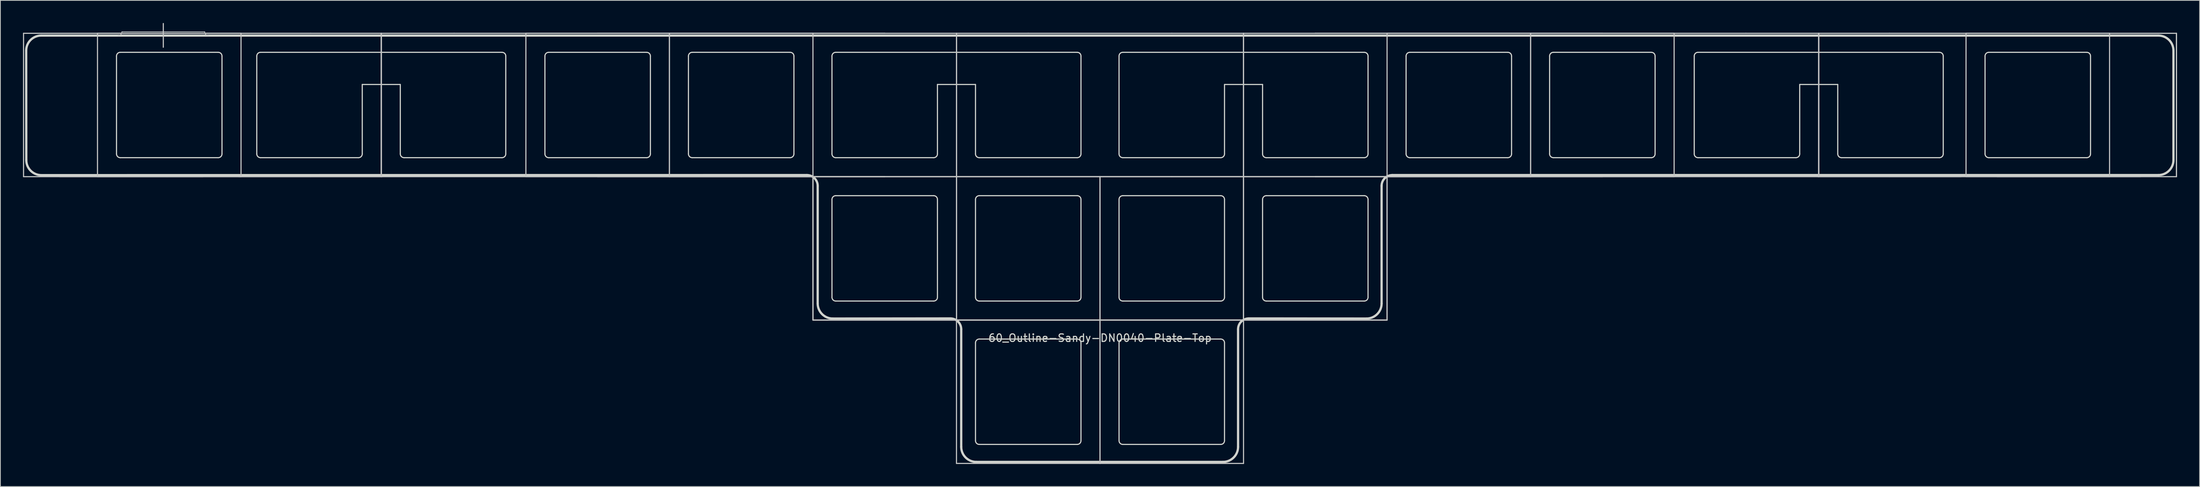
<source format=kicad_pcb>
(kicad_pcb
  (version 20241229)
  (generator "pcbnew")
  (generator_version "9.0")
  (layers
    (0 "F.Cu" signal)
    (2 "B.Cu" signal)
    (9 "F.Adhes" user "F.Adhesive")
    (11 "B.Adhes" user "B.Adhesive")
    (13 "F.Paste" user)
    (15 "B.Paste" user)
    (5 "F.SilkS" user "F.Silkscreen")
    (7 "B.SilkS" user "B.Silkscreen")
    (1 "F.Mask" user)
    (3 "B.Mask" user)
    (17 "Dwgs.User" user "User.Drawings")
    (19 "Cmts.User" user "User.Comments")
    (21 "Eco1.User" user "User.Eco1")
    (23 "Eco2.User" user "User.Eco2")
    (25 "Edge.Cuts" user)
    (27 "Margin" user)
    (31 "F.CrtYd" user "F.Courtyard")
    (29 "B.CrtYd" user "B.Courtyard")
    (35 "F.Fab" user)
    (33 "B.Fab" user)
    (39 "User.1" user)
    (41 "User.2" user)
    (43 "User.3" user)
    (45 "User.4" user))
  (footprint "60_Outline-Sandy-DN0040-Plate-Top"
    (layer "F.Cu")
    (at 142.95 20.425)
    (property "Reference" "60_Outline-Sandy-DN0040-Plate-Top" (at 0 21.431 0) (layer "Edge.Cuts") (effects (font (size 1 1) (thickness 0.15))))
    (attr through_hole)
    (fp_line (start -142.875 -19.05) (end -123.825 -19.05) (stroke (width 0.15) (type solid)) (layer "Dwgs.User"))
    (fp_line (start -142.875 0) (end -142.875 -19.05) (stroke (width 0.15) (type solid)) (layer "Dwgs.User"))
    (fp_line (start -138.113 0) (end -119.062 0) (stroke (width 0.15) (type solid)) (layer "Dwgs.User"))
    (fp_line (start -133.06 -19.05) (end -114.01 -19.05) (stroke (width 0.15) (type solid)) (layer "Dwgs.User"))
    (fp_line (start -133.06 0) (end -133.06 -19.05) (stroke (width 0.15) (type solid)) (layer "Dwgs.User"))
    (fp_line (start -129.825 -19.25) (end -118.825 -19.25) (stroke (width 0.1) (type solid)) (layer "Dwgs.User"))
    (fp_line (start -124.325 -20.35) (end -124.325 -17.2) (stroke (width 0.15) (type solid)) (layer "Dwgs.User"))
    (fp_line (start -123.825 -19.05) (end -104.775 -19.05) (stroke (width 0.15) (type solid)) (layer "Dwgs.User"))
    (fp_line (start -123.825 0) (end -142.875 0) (stroke (width 0.15) (type solid)) (layer "Dwgs.User"))
    (fp_line (start -114.3 0) (end -95.25 0) (stroke (width 0.15) (type solid)) (layer "Dwgs.User"))
    (fp_line (start -114.01 -19.05) (end -114.01 0) (stroke (width 0.15) (type solid)) (layer "Dwgs.User"))
    (fp_line (start -114.01 0) (end -133.06 0) (stroke (width 0.15) (type solid)) (layer "Dwgs.User"))
    (fp_line (start -104.775 -19.05) (end -85.725 -19.05) (stroke (width 0.15) (type solid)) (layer "Dwgs.User"))
    (fp_line (start -104.775 0) (end -123.825 0) (stroke (width 0.15) (type solid)) (layer "Dwgs.User"))
    (fp_line (start -95.394 -19.05) (end -95.394 0) (stroke (width 0.15) (type solid)) (layer "Dwgs.User"))
    (fp_line (start -95.394 -19.05) (end -95.394 0) (stroke (width 0.15) (type solid)) (layer "Dwgs.User"))
    (fp_line (start -95.394 0) (end -95.394 -19.05) (stroke (width 0.15) (type solid)) (layer "Dwgs.User"))
    (fp_line (start -95.394 0) (end -95.394 -19.05) (stroke (width 0.15) (type solid)) (layer "Dwgs.User"))
    (fp_line (start -85.725 -19.05) (end -66.675 -19.05) (stroke (width 0.15) (type solid)) (layer "Dwgs.User"))
    (fp_line (start -85.725 0) (end -104.775 0) (stroke (width 0.15) (type solid)) (layer "Dwgs.User"))
    (fp_line (start -76.2 -19.05) (end -57.15 -19.05) (stroke (width 0.15) (type solid)) (layer "Dwgs.User"))
    (fp_line (start -76.2 0) (end -76.2 -19.05) (stroke (width 0.15) (type solid)) (layer "Dwgs.User"))
    (fp_line (start -66.675 -19.05) (end -47.625 -19.05) (stroke (width 0.15) (type solid)) (layer "Dwgs.User"))
    (fp_line (start -66.675 -19.05) (end -47.625 -19.05) (stroke (width 0.15) (type solid)) (layer "Dwgs.User"))
    (fp_line (start -66.675 0) (end -85.725 0) (stroke (width 0.15) (type solid)) (layer "Dwgs.User"))
    (fp_line (start -57.15 -19.05) (end -57.15 0) (stroke (width 0.15) (type solid)) (layer "Dwgs.User"))
    (fp_line (start -57.15 -19.05) (end -38.1 -19.05) (stroke (width 0.15) (type solid)) (layer "Dwgs.User"))
    (fp_line (start -57.15 0) (end -76.2 0) (stroke (width 0.15) (type solid)) (layer "Dwgs.User"))
    (fp_line (start -57.15 0) (end -57.15 -19.05) (stroke (width 0.15) (type solid)) (layer "Dwgs.User"))
    (fp_line (start -57.15 0) (end -38.1 0) (stroke (width 0.15) (type solid)) (layer "Dwgs.User"))
    (fp_line (start -47.625 -19.05) (end -28.575 -19.05) (stroke (width 0.15) (type solid)) (layer "Dwgs.User"))
    (fp_line (start -47.625 -19.05) (end -28.575 -19.05) (stroke (width 0.15) (type solid)) (layer "Dwgs.User"))
    (fp_line (start -47.625 0) (end -66.675 0) (stroke (width 0.15) (type solid)) (layer "Dwgs.User"))
    (fp_line (start -47.625 0) (end -66.675 0) (stroke (width 0.15) (type solid)) (layer "Dwgs.User"))
    (fp_line (start -38.1 -19.05) (end -38.1 0) (stroke (width 0.15) (type solid)) (layer "Dwgs.User"))
    (fp_line (start -38.1 0) (end -57.15 0) (stroke (width 0.15) (type solid)) (layer "Dwgs.User"))
    (fp_line (start -38.1 0) (end -38.1 19.05) (stroke (width 0.15) (type solid)) (layer "Dwgs.User"))
    (fp_line (start -38.1 0) (end -19.05 0) (stroke (width 0.15) (type solid)) (layer "Dwgs.User"))
    (fp_line (start -38.1 0) (end -19.05 0) (stroke (width 0.15) (type solid)) (layer "Dwgs.User"))
    (fp_line (start -38.1 19.05) (end -38.1 0) (stroke (width 0.15) (type solid)) (layer "Dwgs.User"))
    (fp_line (start -38.1 19.05) (end -38.1 0) (stroke (width 0.15) (type solid)) (layer "Dwgs.User"))
    (fp_line (start -38.1 19.05) (end -19.05 19.05) (stroke (width 0.15) (type solid)) (layer "Dwgs.User"))
    (fp_line (start -28.575 -19.05) (end -9.525 -19.05) (stroke (width 0.15) (type solid)) (layer "Dwgs.User"))
    (fp_line (start -28.575 0) (end -47.625 0) (stroke (width 0.15) (type solid)) (layer "Dwgs.User"))
    (fp_line (start -28.575 0) (end -47.625 0) (stroke (width 0.15) (type solid)) (layer "Dwgs.User"))
    (fp_line (start -19.05 -19.05) (end -19.05 0) (stroke (width 0.15) (type solid)) (layer "Dwgs.User"))
    (fp_line (start -19.05 -19.05) (end -19.05 0) (stroke (width 0.15) (type solid)) (layer "Dwgs.User"))
    (fp_line (start -19.05 0) (end -19.05 -19.05) (stroke (width 0.15) (type solid)) (layer "Dwgs.User"))
    (fp_line (start -19.05 0) (end -19.05 -19.05) (stroke (width 0.15) (type solid)) (layer "Dwgs.User"))
    (fp_line (start -19.05 0) (end -19.05 19.05) (stroke (width 0.15) (type solid)) (layer "Dwgs.User"))
    (fp_line (start -19.05 0) (end -19.05 19.05) (stroke (width 0.15) (type solid)) (layer "Dwgs.User"))
    (fp_line (start -19.05 0) (end 0 0) (stroke (width 0.15) (type solid)) (layer "Dwgs.User"))
    (fp_line (start -19.05 0) (end 0 0) (stroke (width 0.15) (type solid)) (layer "Dwgs.User"))
    (fp_line (start -19.05 19.05) (end -38.1 19.05) (stroke (width 0.15) (type solid)) (layer "Dwgs.User"))
    (fp_line (start -19.05 19.05) (end -38.1 19.05) (stroke (width 0.15) (type solid)) (layer "Dwgs.User"))
    (fp_line (start -19.05 19.05) (end -19.05 0) (stroke (width 0.15) (type solid)) (layer "Dwgs.User"))
    (fp_line (start -19.05 19.05) (end -19.05 0) (stroke (width 0.15) (type solid)) (layer "Dwgs.User"))
    (fp_line (start -19.05 19.05) (end 0 19.05) (stroke (width 0.15) (type solid)) (layer "Dwgs.User"))
    (fp_line (start -19.05 19.05) (end 0 19.05) (stroke (width 0.15) (type solid)) (layer "Dwgs.User"))
    (fp_line (start -19.05 38.1) (end -19.05 19.05) (stroke (width 0.15) (type solid)) (layer "Dwgs.User"))
    (fp_line (start -9.525 -19.05) (end 9.525 -19.05) (stroke (width 0.15) (type solid)) (layer "Dwgs.User"))
    (fp_line (start -9.525 0) (end -28.575 0) (stroke (width 0.15) (type solid)) (layer "Dwgs.User"))
    (fp_line (start 0 0) (end 0 19.05) (stroke (width 0.15) (type solid)) (layer "Dwgs.User"))
    (fp_line (start 0 0) (end 0 19.05) (stroke (width 0.15) (type solid)) (layer "Dwgs.User"))
    (fp_line (start 0 0) (end 19.05 0) (stroke (width 0.15) (type solid)) (layer "Dwgs.User"))
    (fp_line (start 0 0) (end 19.05 0) (stroke (width 0.15) (type solid)) (layer "Dwgs.User"))
    (fp_line (start 0 19.05) (end -19.05 19.05) (stroke (width 0.15) (type solid)) (layer "Dwgs.User"))
    (fp_line (start 0 19.05) (end -19.05 19.05) (stroke (width 0.15) (type solid)) (layer "Dwgs.User"))
    (fp_line (start 0 19.05) (end 0 0) (stroke (width 0.15) (type solid)) (layer "Dwgs.User"))
    (fp_line (start 0 19.05) (end 0 0) (stroke (width 0.15) (type solid)) (layer "Dwgs.User"))
    (fp_line (start 0 19.05) (end 0 38.1) (stroke (width 0.15) (type solid)) (layer "Dwgs.User"))
    (fp_line (start 0 19.05) (end 19.05 19.05) (stroke (width 0.15) (type solid)) (layer "Dwgs.User"))
    (fp_line (start 0 19.05) (end 19.05 19.05) (stroke (width 0.15) (type solid)) (layer "Dwgs.User"))
    (fp_line (start 0 38.1) (end -19.05 38.1) (stroke (width 0.15) (type solid)) (layer "Dwgs.User"))
    (fp_line (start 0 38.1) (end 0 19.05) (stroke (width 0.15) (type solid)) (layer "Dwgs.User"))
    (fp_line (start 9.525 -19.05) (end 28.575 -19.05) (stroke (width 0.15) (type solid)) (layer "Dwgs.User"))
    (fp_line (start 9.525 0) (end -9.525 0) (stroke (width 0.15) (type solid)) (layer "Dwgs.User"))
    (fp_line (start 19.05 -19.05) (end 19.05 0) (stroke (width 0.15) (type solid)) (layer "Dwgs.User"))
    (fp_line (start 19.05 -19.05) (end 19.05 0) (stroke (width 0.15) (type solid)) (layer "Dwgs.User"))
    (fp_line (start 19.05 0) (end 19.05 -19.05) (stroke (width 0.15) (type solid)) (layer "Dwgs.User"))
    (fp_line (start 19.05 0) (end 19.05 -19.05) (stroke (width 0.15) (type solid)) (layer "Dwgs.User"))
    (fp_line (start 19.05 0) (end 19.05 19.05) (stroke (width 0.15) (type solid)) (layer "Dwgs.User"))
    (fp_line (start 19.05 0) (end 19.05 19.05) (stroke (width 0.15) (type solid)) (layer "Dwgs.User"))
    (fp_line (start 19.05 0) (end 38.1 0) (stroke (width 0.15) (type solid)) (layer "Dwgs.User"))
    (fp_line (start 19.05 0) (end 38.1 0) (stroke (width 0.15) (type solid)) (layer "Dwgs.User"))
    (fp_line (start 19.05 19.05) (end 0 19.05) (stroke (width 0.15) (type solid)) (layer "Dwgs.User"))
    (fp_line (start 19.05 19.05) (end 0 19.05) (stroke (width 0.15) (type solid)) (layer "Dwgs.User"))
    (fp_line (start 19.05 19.05) (end 19.05 0) (stroke (width 0.15) (type solid)) (layer "Dwgs.User"))
    (fp_line (start 19.05 19.05) (end 19.05 0) (stroke (width 0.15) (type solid)) (layer "Dwgs.User"))
    (fp_line (start 19.05 19.05) (end 19.05 38.1) (stroke (width 0.15) (type solid)) (layer "Dwgs.User"))
    (fp_line (start 19.05 19.05) (end 38.1 19.05) (stroke (width 0.15) (type solid)) (layer "Dwgs.User"))
    (fp_line (start 19.05 38.1) (end 0 38.1) (stroke (width 0.15) (type solid)) (layer "Dwgs.User"))
    (fp_line (start 28.575 -19.05) (end 47.625 -19.05) (stroke (width 0.15) (type solid)) (layer "Dwgs.User"))
    (fp_line (start 28.575 -19.05) (end 47.625 -19.05) (stroke (width 0.15) (type solid)) (layer "Dwgs.User"))
    (fp_line (start 28.575 0) (end 9.525 0) (stroke (width 0.15) (type solid)) (layer "Dwgs.User"))
    (fp_line (start 38.1 -19.05) (end 57.15 -19.05) (stroke (width 0.15) (type solid)) (layer "Dwgs.User"))
    (fp_line (start 38.1 0) (end 38.1 -19.05) (stroke (width 0.15) (type solid)) (layer "Dwgs.User"))
    (fp_line (start 38.1 0) (end 38.1 19.05) (stroke (width 0.15) (type solid)) (layer "Dwgs.User"))
    (fp_line (start 38.1 0) (end 38.1 19.05) (stroke (width 0.15) (type solid)) (layer "Dwgs.User"))
    (fp_line (start 38.1 0) (end 57.15 0) (stroke (width 0.15) (type solid)) (layer "Dwgs.User"))
    (fp_line (start 38.1 19.05) (end 19.05 19.05) (stroke (width 0.15) (type solid)) (layer "Dwgs.User"))
    (fp_line (start 38.1 19.05) (end 19.05 19.05) (stroke (width 0.15) (type solid)) (layer "Dwgs.User"))
    (fp_line (start 47.625 -19.05) (end 66.675 -19.05) (stroke (width 0.15) (type solid)) (layer "Dwgs.User"))
    (fp_line (start 47.625 -19.05) (end 66.675 -19.05) (stroke (width 0.15) (type solid)) (layer "Dwgs.User"))
    (fp_line (start 47.625 0) (end 28.575 0) (stroke (width 0.15) (type solid)) (layer "Dwgs.User"))
    (fp_line (start 47.625 0) (end 28.575 0) (stroke (width 0.15) (type solid)) (layer "Dwgs.User"))
    (fp_line (start 57.15 -19.05) (end 57.15 0) (stroke (width 0.15) (type solid)) (layer "Dwgs.User"))
    (fp_line (start 57.15 -19.05) (end 76.2 -19.05) (stroke (width 0.15) (type solid)) (layer "Dwgs.User"))
    (fp_line (start 57.15 0) (end 38.1 0) (stroke (width 0.15) (type solid)) (layer "Dwgs.User"))
    (fp_line (start 57.15 0) (end 57.15 -19.05) (stroke (width 0.15) (type solid)) (layer "Dwgs.User"))
    (fp_line (start 66.675 -19.05) (end 85.725 -19.05) (stroke (width 0.15) (type solid)) (layer "Dwgs.User"))
    (fp_line (start 66.675 0) (end 47.625 0) (stroke (width 0.15) (type solid)) (layer "Dwgs.User"))
    (fp_line (start 66.675 0) (end 47.625 0) (stroke (width 0.15) (type solid)) (layer "Dwgs.User"))
    (fp_line (start 76.2 -19.05) (end 76.2 0) (stroke (width 0.15) (type solid)) (layer "Dwgs.User"))
    (fp_line (start 76.2 0) (end 57.15 0) (stroke (width 0.15) (type solid)) (layer "Dwgs.User"))
    (fp_line (start 85.725 -19.05) (end 104.775 -19.05) (stroke (width 0.15) (type solid)) (layer "Dwgs.User"))
    (fp_line (start 85.725 0) (end 66.675 0) (stroke (width 0.15) (type solid)) (layer "Dwgs.User"))
    (fp_line (start 95.25 0) (end 114.3 0) (stroke (width 0.15) (type solid)) (layer "Dwgs.User"))
    (fp_line (start 95.394 -19.05) (end 95.394 0) (stroke (width 0.15) (type solid)) (layer "Dwgs.User"))
    (fp_line (start 95.394 -19.05) (end 95.394 0) (stroke (width 0.15) (type solid)) (layer "Dwgs.User"))
    (fp_line (start 95.394 0) (end 95.394 -19.05) (stroke (width 0.15) (type solid)) (layer "Dwgs.User"))
    (fp_line (start 95.394 0) (end 95.394 -19.05) (stroke (width 0.15) (type solid)) (layer "Dwgs.User"))
    (fp_line (start 104.775 -19.05) (end 123.825 -19.05) (stroke (width 0.15) (type solid)) (layer "Dwgs.User"))
    (fp_line (start 104.775 0) (end 85.725 0) (stroke (width 0.15) (type solid)) (layer "Dwgs.User"))
    (fp_line (start 114.944 -19.05) (end 133.994 -19.05) (stroke (width 0.15) (type solid)) (layer "Dwgs.User"))
    (fp_line (start 114.944 0) (end 114.944 -19.05) (stroke (width 0.15) (type solid)) (layer "Dwgs.User"))
    (fp_line (start 119.062 0) (end 138.113 0) (stroke (width 0.15) (type solid)) (layer "Dwgs.User"))
    (fp_line (start 123.825 -19.05) (end 142.875 -19.05) (stroke (width 0.15) (type solid)) (layer "Dwgs.User"))
    (fp_line (start 123.825 0) (end 104.775 0) (stroke (width 0.15) (type solid)) (layer "Dwgs.User"))
    (fp_line (start 133.994 -19.05) (end 133.994 0) (stroke (width 0.15) (type solid)) (layer "Dwgs.User"))
    (fp_line (start 133.994 0) (end 114.944 0) (stroke (width 0.15) (type solid)) (layer "Dwgs.User"))
    (fp_line (start 142.875 -19.05) (end 142.875 0) (stroke (width 0.15) (type solid)) (layer "Dwgs.User"))
    (fp_line (start 142.875 -19.05) (end 142.875 0) (stroke (width 0.15) (type solid)) (layer "Dwgs.User"))
    (fp_line (start 142.875 0) (end 123.825 0) (stroke (width 0.15) (type solid)) (layer "Dwgs.User"))
    (fp_arc (start -129.825 -19.25004) (mid -129.971447 -18.896487) (end -130.325 -18.75004) (stroke (width 0.1) (type solid)) (layer "Dwgs.User"))
    (fp_arc (start -118.325 -18.75004) (mid -118.678553 -18.896487) (end -118.825 -19.25004) (stroke (width 0.1) (type solid)) (layer "Dwgs.User"))
    (fp_circle (center -95.394 -14.5) (end -93.194 -14.5) (stroke (width 0.15) (type solid)) (fill no) (layer "Eco1.User"))
    (fp_circle (center -19.05 -14.5) (end -16.85 -14.5) (stroke (width 0.15) (type solid)) (fill no) (layer "Eco1.User"))
    (fp_circle (center 19.05 -14.5) (end 21.25 -14.5) (stroke (width 0.15) (type solid)) (fill no) (layer "Eco1.User"))
    (fp_circle (center 95.394 -14.5) (end 97.594 -14.5) (stroke (width 0.15) (type solid)) (fill no) (layer "Eco1.User"))
    (fp_line (start -142.511 -2.203) (end -142.525 -16.75) (stroke (width 0.3) (type solid)) (layer "Edge.Cuts"))
    (fp_line (start -140.511 -0.203) (end -38.907 -0.214) (stroke (width 0.3) (type solid)) (layer "Edge.Cuts"))
    (fp_line (start -130.535 -16.025) (end -130.535 -3.025) (stroke (width 0.15) (type solid)) (layer "Edge.Cuts"))
    (fp_line (start -130.035 -16.525) (end -117.035 -16.525) (stroke (width 0.15) (type solid)) (layer "Edge.Cuts"))
    (fp_line (start -130.035 -2.525) (end -117.035 -2.525) (stroke (width 0.15) (type solid)) (layer "Edge.Cuts"))
    (fp_line (start -116.535 -3.025) (end -116.535 -16.025) (stroke (width 0.15) (type solid)) (layer "Edge.Cuts"))
    (fp_line (start -111.919 -16.025) (end -111.919 -3.025) (stroke (width 0.15) (type solid)) (layer "Edge.Cuts"))
    (fp_line (start -111.419 -16.525) (end -79.369 -16.525) (stroke (width 0.15) (type solid)) (layer "Edge.Cuts"))
    (fp_line (start -111.419 -2.525) (end -98.419 -2.525) (stroke (width 0.15) (type solid)) (layer "Edge.Cuts"))
    (fp_line (start -97.919 -12.25) (end -92.869 -12.25) (stroke (width 0.15) (type solid)) (layer "Edge.Cuts"))
    (fp_line (start -97.919 -3.025) (end -97.919 -12.25) (stroke (width 0.15) (type solid)) (layer "Edge.Cuts"))
    (fp_line (start -92.869 -12.25) (end -92.869 -3.025) (stroke (width 0.15) (type solid)) (layer "Edge.Cuts"))
    (fp_line (start -92.369 -2.525) (end -79.369 -2.525) (stroke (width 0.15) (type solid)) (layer "Edge.Cuts"))
    (fp_line (start -78.869 -3.025) (end -78.869 -16.025) (stroke (width 0.15) (type solid)) (layer "Edge.Cuts"))
    (fp_line (start -73.675 -16.025) (end -73.675 -3.025) (stroke (width 0.15) (type solid)) (layer "Edge.Cuts"))
    (fp_line (start -73.175 -16.525) (end -60.175 -16.525) (stroke (width 0.15) (type solid)) (layer "Edge.Cuts"))
    (fp_line (start -73.175 -2.525) (end -60.175 -2.525) (stroke (width 0.15) (type solid)) (layer "Edge.Cuts"))
    (fp_line (start -59.675 -3.025) (end -59.675 -16.025) (stroke (width 0.15) (type solid)) (layer "Edge.Cuts"))
    (fp_line (start -54.625 -16.025) (end -54.625 -3.025) (stroke (width 0.15) (type solid)) (layer "Edge.Cuts"))
    (fp_line (start -54.125 -16.525) (end -41.125 -16.525) (stroke (width 0.15) (type solid)) (layer "Edge.Cuts"))
    (fp_line (start -54.125 -2.525) (end -41.125 -2.525) (stroke (width 0.15) (type solid)) (layer "Edge.Cuts"))
    (fp_line (start -40.625 -3.025) (end -40.625 -16.025) (stroke (width 0.15) (type solid)) (layer "Edge.Cuts"))
    (fp_line (start -37.471 16.85) (end -37.471 1.221) (stroke (width 0.3) (type solid)) (layer "Edge.Cuts"))
    (fp_line (start -35.575 -16.025) (end -35.575 -3.025) (stroke (width 0.15) (type solid)) (layer "Edge.Cuts"))
    (fp_line (start -35.575 3.025) (end -35.575 16.025) (stroke (width 0.15) (type solid)) (layer "Edge.Cuts"))
    (fp_line (start -35.471 18.85) (end -19.857 18.836) (stroke (width 0.3) (type solid)) (layer "Edge.Cuts"))
    (fp_line (start -35.075 -16.525) (end -3.025 -16.525) (stroke (width 0.15) (type solid)) (layer "Edge.Cuts"))
    (fp_line (start -35.075 -2.525) (end -22.075 -2.525) (stroke (width 0.15) (type solid)) (layer "Edge.Cuts"))
    (fp_line (start -35.075 2.525) (end -22.075 2.525) (stroke (width 0.15) (type solid)) (layer "Edge.Cuts"))
    (fp_line (start -35.075 16.525) (end -22.075 16.525) (stroke (width 0.15) (type solid)) (layer "Edge.Cuts"))
    (fp_line (start -21.575 -12.25) (end -16.525 -12.25) (stroke (width 0.15) (type solid)) (layer "Edge.Cuts"))
    (fp_line (start -21.575 -3.025) (end -21.575 -12.25) (stroke (width 0.15) (type solid)) (layer "Edge.Cuts"))
    (fp_line (start -21.575 16.025) (end -21.575 3.025) (stroke (width 0.15) (type solid)) (layer "Edge.Cuts"))
    (fp_line (start -18.421 35.9) (end -18.421 20.271) (stroke (width 0.3) (type solid)) (layer "Edge.Cuts"))
    (fp_line (start -16.525 -12.25) (end -16.525 -3.025) (stroke (width 0.15) (type solid)) (layer "Edge.Cuts"))
    (fp_line (start -16.525 3.025) (end -16.525 16.025) (stroke (width 0.15) (type solid)) (layer "Edge.Cuts"))
    (fp_line (start -16.525 22.075) (end -16.525 35.075) (stroke (width 0.15) (type solid)) (layer "Edge.Cuts"))
    (fp_line (start -16.421 37.9) (end 16.325 37.9) (stroke (width 0.3) (type solid)) (layer "Edge.Cuts"))
    (fp_line (start -16.025 -2.525) (end -3.025 -2.525) (stroke (width 0.15) (type solid)) (layer "Edge.Cuts"))
    (fp_line (start -16.025 2.525) (end -3.025 2.525) (stroke (width 0.15) (type solid)) (layer "Edge.Cuts"))
    (fp_line (start -16.025 16.525) (end -3.025 16.525) (stroke (width 0.15) (type solid)) (layer "Edge.Cuts"))
    (fp_line (start -16.025 21.575) (end -3.025 21.575) (stroke (width 0.15) (type solid)) (layer "Edge.Cuts"))
    (fp_line (start -16.025 35.575) (end -3.025 35.575) (stroke (width 0.15) (type solid)) (layer "Edge.Cuts"))
    (fp_line (start -2.525 -3.025) (end -2.525 -16.025) (stroke (width 0.15) (type solid)) (layer "Edge.Cuts"))
    (fp_line (start -2.525 16.025) (end -2.525 3.025) (stroke (width 0.15) (type solid)) (layer "Edge.Cuts"))
    (fp_line (start -2.525 35.075) (end -2.525 22.075) (stroke (width 0.15) (type solid)) (layer "Edge.Cuts"))
    (fp_line (start 2.525 -16.025) (end 2.525 -3.025) (stroke (width 0.15) (type solid)) (layer "Edge.Cuts"))
    (fp_line (start 2.525 3.025) (end 2.525 16.025) (stroke (width 0.15) (type solid)) (layer "Edge.Cuts"))
    (fp_line (start 2.525 22.075) (end 2.525 35.075) (stroke (width 0.15) (type solid)) (layer "Edge.Cuts"))
    (fp_line (start 3.025 -16.525) (end 35.075 -16.525) (stroke (width 0.15) (type solid)) (layer "Edge.Cuts"))
    (fp_line (start 3.025 -2.525) (end 16.025 -2.525) (stroke (width 0.15) (type solid)) (layer "Edge.Cuts"))
    (fp_line (start 3.025 2.525) (end 16.025 2.525) (stroke (width 0.15) (type solid)) (layer "Edge.Cuts"))
    (fp_line (start 3.025 16.525) (end 16.025 16.525) (stroke (width 0.15) (type solid)) (layer "Edge.Cuts"))
    (fp_line (start 3.025 21.575) (end 16.025 21.575) (stroke (width 0.15) (type solid)) (layer "Edge.Cuts"))
    (fp_line (start 3.025 35.575) (end 16.025 35.575) (stroke (width 0.15) (type solid)) (layer "Edge.Cuts"))
    (fp_line (start 16.525 -12.25) (end 21.575 -12.25) (stroke (width 0.15) (type solid)) (layer "Edge.Cuts"))
    (fp_line (start 16.525 -3.025) (end 16.525 -12.25) (stroke (width 0.15) (type solid)) (layer "Edge.Cuts"))
    (fp_line (start 16.525 16.025) (end 16.525 3.025) (stroke (width 0.15) (type solid)) (layer "Edge.Cuts"))
    (fp_line (start 16.525 35.075) (end 16.525 22.075) (stroke (width 0.15) (type solid)) (layer "Edge.Cuts"))
    (fp_line (start 18.325 35.9) (end 18.325 20.271) (stroke (width 0.3) (type solid)) (layer "Edge.Cuts"))
    (fp_line (start 19.761 18.836) (end 35.375 18.85) (stroke (width 0.3) (type solid)) (layer "Edge.Cuts"))
    (fp_line (start 21.575 -12.25) (end 21.575 -3.025) (stroke (width 0.15) (type solid)) (layer "Edge.Cuts"))
    (fp_line (start 21.575 3.025) (end 21.575 16.025) (stroke (width 0.15) (type solid)) (layer "Edge.Cuts"))
    (fp_line (start 22.075 -2.525) (end 35.075 -2.525) (stroke (width 0.15) (type solid)) (layer "Edge.Cuts"))
    (fp_line (start 22.075 2.525) (end 35.075 2.525) (stroke (width 0.15) (type solid)) (layer "Edge.Cuts"))
    (fp_line (start 22.075 16.525) (end 35.075 16.525) (stroke (width 0.15) (type solid)) (layer "Edge.Cuts"))
    (fp_line (start 35.575 -3.025) (end 35.575 -16.025) (stroke (width 0.15) (type solid)) (layer "Edge.Cuts"))
    (fp_line (start 35.575 16.025) (end 35.575 3.025) (stroke (width 0.15) (type solid)) (layer "Edge.Cuts"))
    (fp_line (start 37.375 16.85) (end 37.375 1.221) (stroke (width 0.3) (type solid)) (layer "Edge.Cuts"))
    (fp_line (start 38.811 -0.214) (end 140.475 -0.214) (stroke (width 0.3) (type solid)) (layer "Edge.Cuts"))
    (fp_line (start 40.625 -16.025) (end 40.625 -3.025) (stroke (width 0.15) (type solid)) (layer "Edge.Cuts"))
    (fp_line (start 41.125 -16.525) (end 54.125 -16.525) (stroke (width 0.15) (type solid)) (layer "Edge.Cuts"))
    (fp_line (start 41.125 -2.525) (end 54.125 -2.525) (stroke (width 0.15) (type solid)) (layer "Edge.Cuts"))
    (fp_line (start 54.625 -3.025) (end 54.625 -16.025) (stroke (width 0.15) (type solid)) (layer "Edge.Cuts"))
    (fp_line (start 59.675 -16.025) (end 59.675 -3.025) (stroke (width 0.15) (type solid)) (layer "Edge.Cuts"))
    (fp_line (start 60.175 -16.525) (end 73.175 -16.525) (stroke (width 0.15) (type solid)) (layer "Edge.Cuts"))
    (fp_line (start 60.175 -2.525) (end 73.175 -2.525) (stroke (width 0.15) (type solid)) (layer "Edge.Cuts"))
    (fp_line (start 73.675 -3.025) (end 73.675 -16.025) (stroke (width 0.15) (type solid)) (layer "Edge.Cuts"))
    (fp_line (start 78.869 -16.025) (end 78.869 -3.025) (stroke (width 0.15) (type solid)) (layer "Edge.Cuts"))
    (fp_line (start 79.369 -16.525) (end 111.419 -16.525) (stroke (width 0.15) (type solid)) (layer "Edge.Cuts"))
    (fp_line (start 79.369 -2.525) (end 92.369 -2.525) (stroke (width 0.15) (type solid)) (layer "Edge.Cuts"))
    (fp_line (start 92.869 -12.25) (end 97.919 -12.25) (stroke (width 0.15) (type solid)) (layer "Edge.Cuts"))
    (fp_line (start 92.869 -3.025) (end 92.869 -12.25) (stroke (width 0.15) (type solid)) (layer "Edge.Cuts"))
    (fp_line (start 97.919 -12.25) (end 97.919 -3.025) (stroke (width 0.15) (type solid)) (layer "Edge.Cuts"))
    (fp_line (start 98.419 -2.525) (end 111.419 -2.525) (stroke (width 0.15) (type solid)) (layer "Edge.Cuts"))
    (fp_line (start 111.919 -3.025) (end 111.919 -16.025) (stroke (width 0.15) (type solid)) (layer "Edge.Cuts"))
    (fp_line (start 117.469 -16.025) (end 117.469 -3.025) (stroke (width 0.15) (type solid)) (layer "Edge.Cuts"))
    (fp_line (start 117.969 -16.525) (end 130.969 -16.525) (stroke (width 0.15) (type solid)) (layer "Edge.Cuts"))
    (fp_line (start 117.969 -2.525) (end 130.969 -2.525) (stroke (width 0.15) (type solid)) (layer "Edge.Cuts"))
    (fp_line (start 131.469 -3.025) (end 131.469 -16.025) (stroke (width 0.15) (type solid)) (layer "Edge.Cuts"))
    (fp_line (start 140.475 -18.75) (end -140.525 -18.75) (stroke (width 0.3) (type solid)) (layer "Edge.Cuts"))
    (fp_line (start 142.475 -2.214) (end 142.475 -16.75) (stroke (width 0.3) (type solid)) (layer "Edge.Cuts"))
    (fp_arc (start -142.525 -16.75004) (mid -141.939214 -18.164254) (end -140.525 -18.75004) (stroke (width 0.3) (type solid)) (layer "Edge.Cuts"))
    (fp_arc (start -140.510786 -0.203468) (mid -141.925 -0.789254) (end -142.510786 -2.203468) (stroke (width 0.3) (type solid)) (layer "Edge.Cuts"))
    (fp_arc (start -130.534803 -16.025) (mid -130.388356 -16.378553) (end -130.034803 -16.525) (stroke (width 0.15) (type solid)) (layer "Edge.Cuts"))
    (fp_arc (start -130.034803 -2.525) (mid -130.388356 -2.671447) (end -130.534803 -3.025) (stroke (width 0.15) (type solid)) (layer "Edge.Cuts"))
    (fp_arc (start -117.034803 -16.525) (mid -116.68125 -16.378553) (end -116.534803 -16.025) (stroke (width 0.15) (type solid)) (layer "Edge.Cuts"))
    (fp_arc (start -116.534803 -3.025) (mid -116.68125 -2.671447) (end -117.034803 -2.525) (stroke (width 0.15) (type solid)) (layer "Edge.Cuts"))
    (fp_arc (start -111.91875 -16.025) (mid -111.772303 -16.378553) (end -111.41875 -16.525) (stroke (width 0.15) (type solid)) (layer "Edge.Cuts"))
    (fp_arc (start -111.41875 -2.525) (mid -111.772303 -2.671447) (end -111.91875 -3.025) (stroke (width 0.15) (type solid)) (layer "Edge.Cuts"))
    (fp_arc (start -97.91875 -3.025) (mid -98.065197 -2.671447) (end -98.41875 -2.525) (stroke (width 0.15) (type solid)) (layer "Edge.Cuts"))
    (fp_arc (start -92.36875 -2.525) (mid -92.722303 -2.671447) (end -92.86875 -3.025) (stroke (width 0.15) (type solid)) (layer "Edge.Cuts"))
    (fp_arc (start -79.36875 -16.525) (mid -79.015197 -16.378553) (end -78.86875 -16.025) (stroke (width 0.15) (type solid)) (layer "Edge.Cuts"))
    (fp_arc (start -78.86875 -3.025) (mid -79.015197 -2.671447) (end -79.36875 -2.525) (stroke (width 0.15) (type solid)) (layer "Edge.Cuts"))
    (fp_arc (start -73.675 -16.025) (mid -73.528553 -16.378553) (end -73.175 -16.525) (stroke (width 0.15) (type solid)) (layer "Edge.Cuts"))
    (fp_arc (start -73.175 -2.525) (mid -73.528553 -2.671447) (end -73.675 -3.025) (stroke (width 0.15) (type solid)) (layer "Edge.Cuts"))
    (fp_arc (start -60.175 -16.525) (mid -59.821447 -16.378553) (end -59.675 -16.025) (stroke (width 0.15) (type solid)) (layer "Edge.Cuts"))
    (fp_arc (start -59.675 -3.025) (mid -59.821447 -2.671447) (end -60.175 -2.525) (stroke (width 0.15) (type solid)) (layer "Edge.Cuts"))
    (fp_arc (start -54.625 -16.025) (mid -54.478553 -16.378553) (end -54.125 -16.525) (stroke (width 0.15) (type solid)) (layer "Edge.Cuts"))
    (fp_arc (start -54.125 -2.525) (mid -54.478553 -2.671447) (end -54.625 -3.025) (stroke (width 0.15) (type solid)) (layer "Edge.Cuts"))
    (fp_arc (start -41.125 -16.525) (mid -40.771447 -16.378553) (end -40.625 -16.025) (stroke (width 0.15) (type solid)) (layer "Edge.Cuts"))
    (fp_arc (start -40.625 -3.025) (mid -40.771447 -2.671447) (end -41.125 -2.525) (stroke (width 0.15) (type solid)) (layer "Edge.Cuts"))
    (fp_arc (start -38.906532 -0.214254) (mid -37.891306 0.206266) (end -37.470786 1.221492) (stroke (width 0.3) (type solid)) (layer "Edge.Cuts"))
    (fp_arc (start -35.575 -16.025) (mid -35.428553 -16.378553) (end -35.075 -16.525) (stroke (width 0.15) (type solid)) (layer "Edge.Cuts"))
    (fp_arc (start -35.575 3.025) (mid -35.428553 2.671447) (end -35.075 2.525) (stroke (width 0.15) (type solid)) (layer "Edge.Cuts"))
    (fp_arc (start -35.470786 18.84996) (mid -36.885 18.264174) (end -37.470786 16.84996) (stroke (width 0.3) (type solid)) (layer "Edge.Cuts"))
    (fp_arc (start -35.075 -2.525) (mid -35.428553 -2.671447) (end -35.575 -3.025) (stroke (width 0.15) (type solid)) (layer "Edge.Cuts"))
    (fp_arc (start -35.075 16.525) (mid -35.428553 16.378553) (end -35.575 16.025) (stroke (width 0.15) (type solid)) (layer "Edge.Cuts"))
    (fp_arc (start -22.075 2.525) (mid -21.721447 2.671447) (end -21.575 3.025) (stroke (width 0.15) (type solid)) (layer "Edge.Cuts"))
    (fp_arc (start -21.575 -3.025) (mid -21.721447 -2.671447) (end -22.075 -2.525) (stroke (width 0.15) (type solid)) (layer "Edge.Cuts"))
    (fp_arc (start -21.575 16.025) (mid -21.721447 16.378553) (end -22.075 16.525) (stroke (width 0.15) (type solid)) (layer "Edge.Cuts"))
    (fp_arc (start -19.856532 18.835746) (mid -18.841306 19.256266) (end -18.420786 20.271492) (stroke (width 0.3) (type solid)) (layer "Edge.Cuts"))
    (fp_arc (start -16.525 3.025) (mid -16.378553 2.671447) (end -16.025 2.525) (stroke (width 0.15) (type solid)) (layer "Edge.Cuts"))
    (fp_arc (start -16.525 22.075) (mid -16.378553 21.721447) (end -16.025 21.575) (stroke (width 0.15) (type solid)) (layer "Edge.Cuts"))
    (fp_arc (start -16.420786 37.89996) (mid -17.835 37.314174) (end -18.420786 35.89996) (stroke (width 0.3) (type solid)) (layer "Edge.Cuts"))
    (fp_arc (start -16.025 -2.525) (mid -16.378553 -2.671447) (end -16.525 -3.025) (stroke (width 0.15) (type solid)) (layer "Edge.Cuts"))
    (fp_arc (start -16.025 16.525) (mid -16.378553 16.378553) (end -16.525 16.025) (stroke (width 0.15) (type solid)) (layer "Edge.Cuts"))
    (fp_arc (start -16.025 35.575) (mid -16.378553 35.428553) (end -16.525 35.075) (stroke (width 0.15) (type solid)) (layer "Edge.Cuts"))
    (fp_arc (start -3.025 -16.525) (mid -2.671447 -16.378553) (end -2.525 -16.025) (stroke (width 0.15) (type solid)) (layer "Edge.Cuts"))
    (fp_arc (start -3.025 2.525) (mid -2.671447 2.671447) (end -2.525 3.025) (stroke (width 0.15) (type solid)) (layer "Edge.Cuts"))
    (fp_arc (start -3.025 21.575) (mid -2.671447 21.721447) (end -2.525 22.075) (stroke (width 0.15) (type solid)) (layer "Edge.Cuts"))
    (fp_arc (start -2.525 -3.025) (mid -2.671447 -2.671447) (end -3.025 -2.525) (stroke (width 0.15) (type solid)) (layer "Edge.Cuts"))
    (fp_arc (start -2.525 16.025) (mid -2.671447 16.378553) (end -3.025 16.525) (stroke (width 0.15) (type solid)) (layer "Edge.Cuts"))
    (fp_arc (start -2.525 35.075) (mid -2.671447 35.428553) (end -3.025 35.575) (stroke (width 0.15) (type solid)) (layer "Edge.Cuts"))
    (fp_arc (start 2.525 -16.025) (mid 2.671447 -16.378553) (end 3.025 -16.525) (stroke (width 0.15) (type solid)) (layer "Edge.Cuts"))
    (fp_arc (start 2.525 3.025) (mid 2.671447 2.671447) (end 3.025 2.525) (stroke (width 0.15) (type solid)) (layer "Edge.Cuts"))
    (fp_arc (start 2.525 22.075) (mid 2.671447 21.721447) (end 3.025 21.575) (stroke (width 0.15) (type solid)) (layer "Edge.Cuts"))
    (fp_arc (start 3.025 -2.525) (mid 2.671447 -2.671447) (end 2.525 -3.025) (stroke (width 0.15) (type solid)) (layer "Edge.Cuts"))
    (fp_arc (start 3.025 16.525) (mid 2.671447 16.378553) (end 2.525 16.025) (stroke (width 0.15) (type solid)) (layer "Edge.Cuts"))
    (fp_arc (start 3.025 35.575) (mid 2.671447 35.428553) (end 2.525 35.075) (stroke (width 0.15) (type solid)) (layer "Edge.Cuts"))
    (fp_arc (start 16.025 2.525) (mid 16.378553 2.671447) (end 16.525 3.025) (stroke (width 0.15) (type solid)) (layer "Edge.Cuts"))
    (fp_arc (start 16.025 21.575) (mid 16.378553 21.721447) (end 16.525 22.075) (stroke (width 0.15) (type solid)) (layer "Edge.Cuts"))
    (fp_arc (start 16.525 -3.025) (mid 16.378553 -2.671447) (end 16.025 -2.525) (stroke (width 0.15) (type solid)) (layer "Edge.Cuts"))
    (fp_arc (start 16.525 16.025) (mid 16.378553 16.378553) (end 16.025 16.525) (stroke (width 0.15) (type solid)) (layer "Edge.Cuts"))
    (fp_arc (start 16.525 35.075) (mid 16.378553 35.428553) (end 16.025 35.575) (stroke (width 0.15) (type solid)) (layer "Edge.Cuts"))
    (fp_arc (start 18.325 20.271492) (mid 18.745534 19.25628) (end 19.760746 18.835746) (stroke (width 0.3) (type solid)) (layer "Edge.Cuts"))
    (fp_arc (start 18.325 35.89996) (mid 17.739208 37.314168) (end 16.325 37.89996) (stroke (width 0.3) (type solid)) (layer "Edge.Cuts"))
    (fp_arc (start 21.575 3.025) (mid 21.721447 2.671447) (end 22.075 2.525) (stroke (width 0.15) (type solid)) (layer "Edge.Cuts"))
    (fp_arc (start 22.075 -2.525) (mid 21.721447 -2.671447) (end 21.575 -3.025) (stroke (width 0.15) (type solid)) (layer "Edge.Cuts"))
    (fp_arc (start 22.075 16.525) (mid 21.721447 16.378553) (end 21.575 16.025) (stroke (width 0.15) (type solid)) (layer "Edge.Cuts"))
    (fp_arc (start 35.075 -16.525) (mid 35.428553 -16.378553) (end 35.575 -16.025) (stroke (width 0.15) (type solid)) (layer "Edge.Cuts"))
    (fp_arc (start 35.075 2.525) (mid 35.428553 2.671447) (end 35.575 3.025) (stroke (width 0.15) (type solid)) (layer "Edge.Cuts"))
    (fp_arc (start 35.575 -3.025) (mid 35.428553 -2.671447) (end 35.075 -2.525) (stroke (width 0.15) (type solid)) (layer "Edge.Cuts"))
    (fp_arc (start 35.575 16.025) (mid 35.428553 16.378553) (end 35.075 16.525) (stroke (width 0.15) (type solid)) (layer "Edge.Cuts"))
    (fp_arc (start 37.375 1.221492) (mid 37.79552 0.206266) (end 38.810746 -0.214254) (stroke (width 0.3) (type solid)) (layer "Edge.Cuts"))
    (fp_arc (start 37.375 16.84996) (mid 36.789208 18.264168) (end 35.375 18.84996) (stroke (width 0.3) (type solid)) (layer "Edge.Cuts"))
    (fp_arc (start 40.625 -16.025) (mid 40.771447 -16.378553) (end 41.125 -16.525) (stroke (width 0.15) (type solid)) (layer "Edge.Cuts"))
    (fp_arc (start 41.125 -2.525) (mid 40.771447 -2.671447) (end 40.625 -3.025) (stroke (width 0.15) (type solid)) (layer "Edge.Cuts"))
    (fp_arc (start 54.125 -16.525) (mid 54.478553 -16.378553) (end 54.625 -16.025) (stroke (width 0.15) (type solid)) (layer "Edge.Cuts"))
    (fp_arc (start 54.625 -3.025) (mid 54.478553 -2.671447) (end 54.125 -2.525) (stroke (width 0.15) (type solid)) (layer "Edge.Cuts"))
    (fp_arc (start 59.675 -16.025) (mid 59.821447 -16.378553) (end 60.175 -16.525) (stroke (width 0.15) (type solid)) (layer "Edge.Cuts"))
    (fp_arc (start 60.175 -2.525) (mid 59.821447 -2.671447) (end 59.675 -3.025) (stroke (width 0.15) (type solid)) (layer "Edge.Cuts"))
    (fp_arc (start 73.175 -16.525) (mid 73.528553 -16.378553) (end 73.675 -16.025) (stroke (width 0.15) (type solid)) (layer "Edge.Cuts"))
    (fp_arc (start 73.675 -3.025) (mid 73.528553 -2.671447) (end 73.175 -2.525) (stroke (width 0.15) (type solid)) (layer "Edge.Cuts"))
    (fp_arc (start 78.86875 -16.025) (mid 79.015197 -16.378553) (end 79.36875 -16.525) (stroke (width 0.15) (type solid)) (layer "Edge.Cuts"))
    (fp_arc (start 79.36875 -2.525) (mid 79.015197 -2.671447) (end 78.86875 -3.025) (stroke (width 0.15) (type solid)) (layer "Edge.Cuts"))
    (fp_arc (start 92.86875 -3.025) (mid 92.722303 -2.671447) (end 92.36875 -2.525) (stroke (width 0.15) (type solid)) (layer "Edge.Cuts"))
    (fp_arc (start 98.41875 -2.525) (mid 98.065197 -2.671447) (end 97.91875 -3.025) (stroke (width 0.15) (type solid)) (layer "Edge.Cuts"))
    (fp_arc (start 111.41875 -16.525) (mid 111.772303 -16.378553) (end 111.91875 -16.025) (stroke (width 0.15) (type solid)) (layer "Edge.Cuts"))
    (fp_arc (start 111.91875 -3.025) (mid 111.772303 -2.671447) (end 111.41875 -2.525) (stroke (width 0.15) (type solid)) (layer "Edge.Cuts"))
    (fp_arc (start 117.46875 -16.025) (mid 117.615197 -16.378553) (end 117.96875 -16.525) (stroke (width 0.15) (type solid)) (layer "Edge.Cuts"))
    (fp_arc (start 117.96875 -2.525) (mid 117.615197 -2.671447) (end 117.46875 -3.025) (stroke (width 0.15) (type solid)) (layer "Edge.Cuts"))
    (fp_arc (start 130.96875 -16.525) (mid 131.322303 -16.378553) (end 131.46875 -16.025) (stroke (width 0.15) (type solid)) (layer "Edge.Cuts"))
    (fp_arc (start 131.46875 -3.025) (mid 131.322303 -2.671447) (end 130.96875 -2.525) (stroke (width 0.15) (type solid)) (layer "Edge.Cuts"))
    (fp_arc (start 140.475 -18.75004) (mid 141.889239 -18.164282) (end 142.475 -16.75004) (stroke (width 0.3) (type solid)) (layer "Edge.Cuts"))
    (fp_arc (start 142.475 -2.214254) (mid 141.889203 -0.800035) (end 140.475 -0.214254) (stroke (width 0.3) (type solid)) (layer "Edge.Cuts")))
  (gr_rect
    (start -3 -3)
    (end 288.9 61.6)
    (stroke (width 0.1) (type default))
    (fill no)
    (layer "Edge.Cuts")))
</source>
